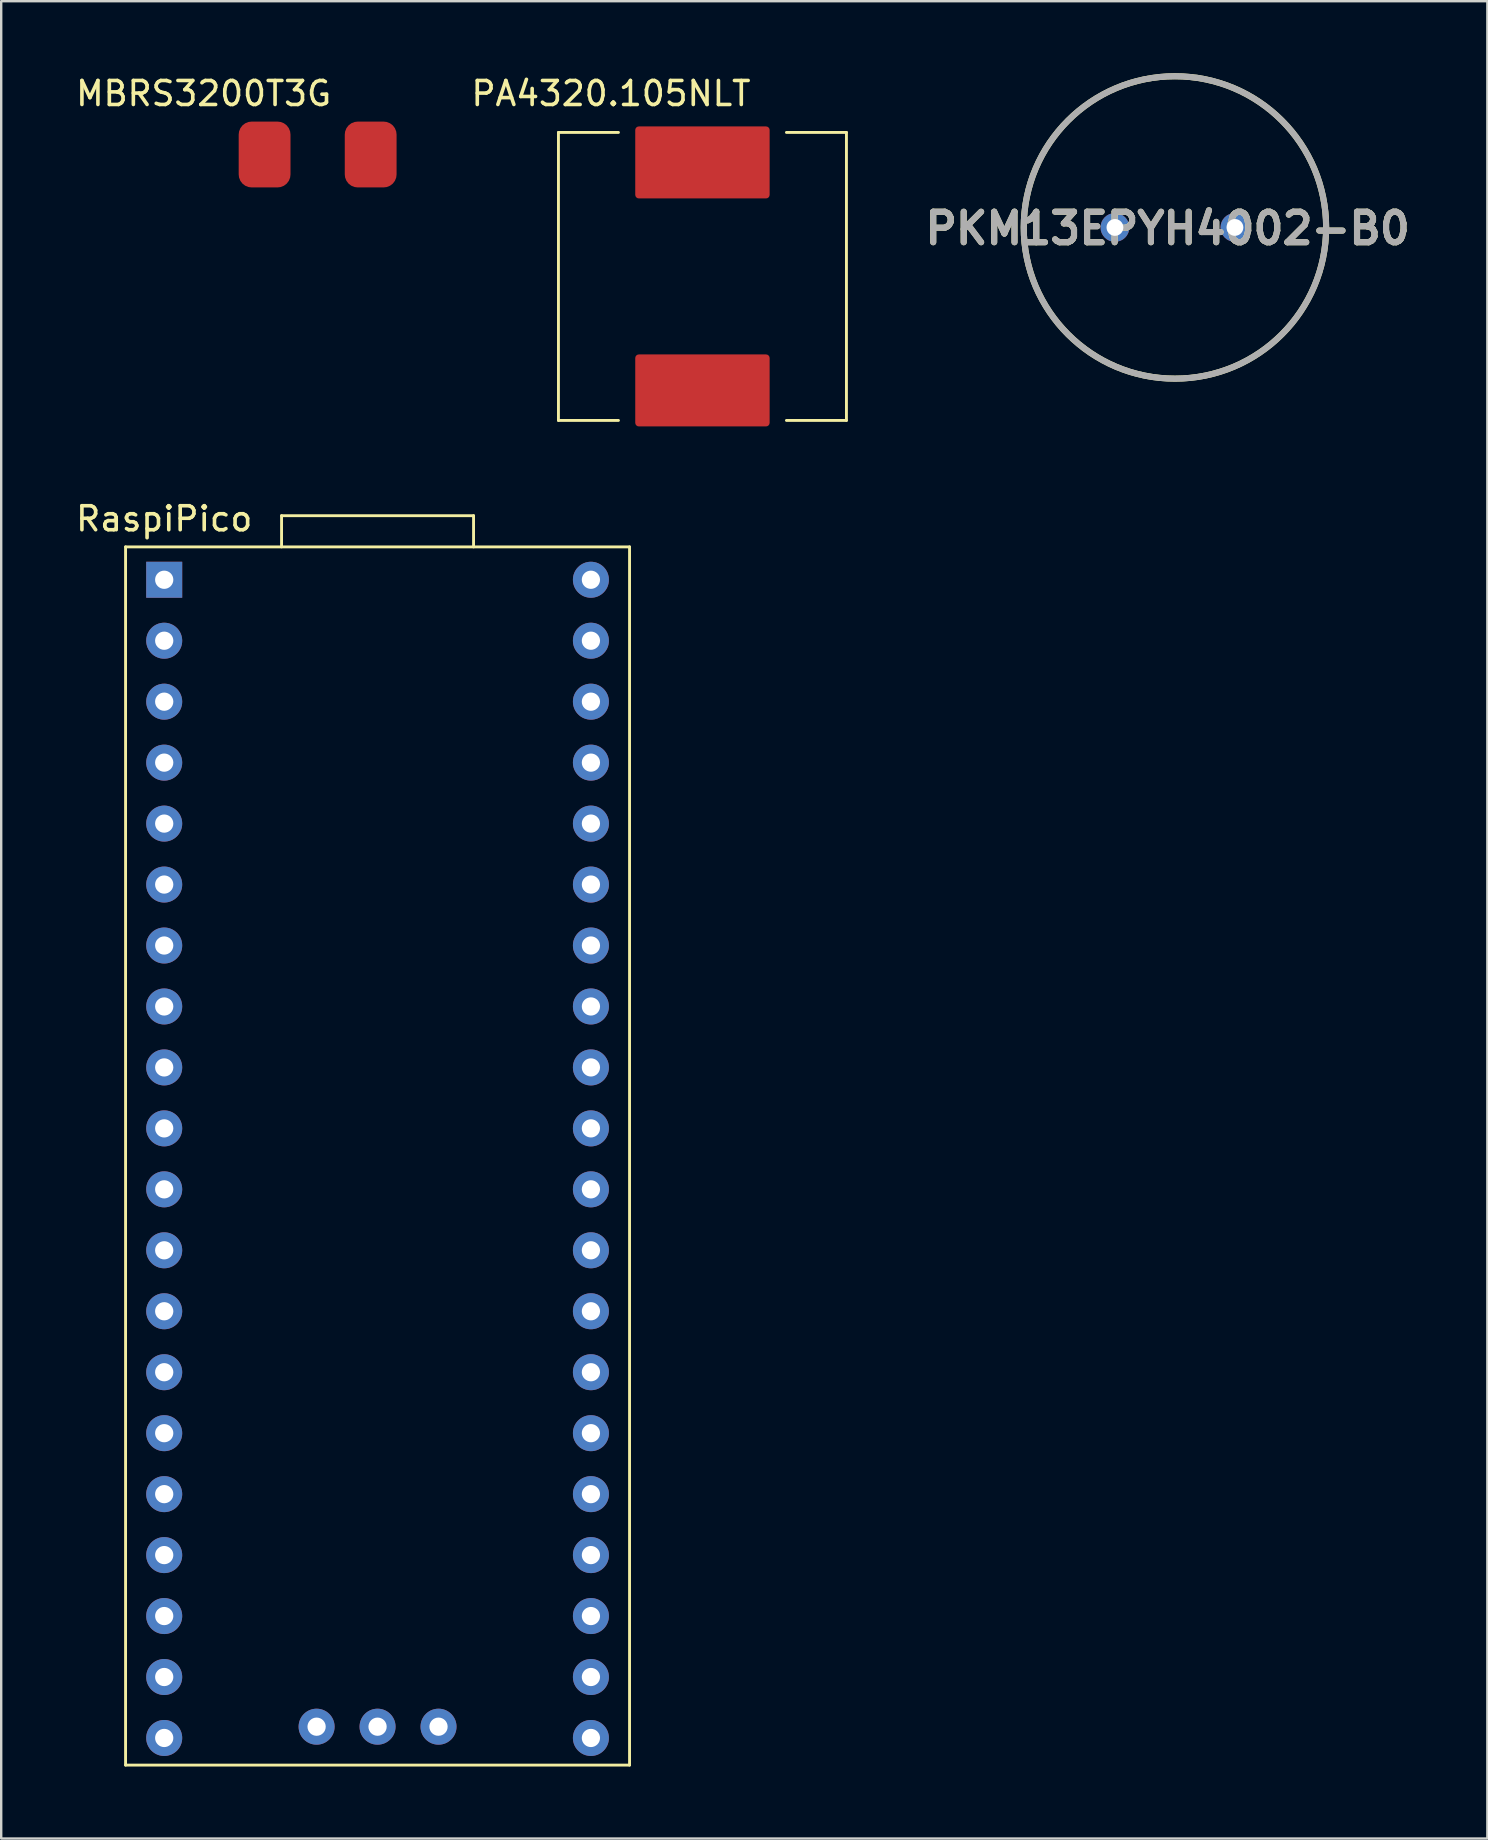
<source format=kicad_pcb>
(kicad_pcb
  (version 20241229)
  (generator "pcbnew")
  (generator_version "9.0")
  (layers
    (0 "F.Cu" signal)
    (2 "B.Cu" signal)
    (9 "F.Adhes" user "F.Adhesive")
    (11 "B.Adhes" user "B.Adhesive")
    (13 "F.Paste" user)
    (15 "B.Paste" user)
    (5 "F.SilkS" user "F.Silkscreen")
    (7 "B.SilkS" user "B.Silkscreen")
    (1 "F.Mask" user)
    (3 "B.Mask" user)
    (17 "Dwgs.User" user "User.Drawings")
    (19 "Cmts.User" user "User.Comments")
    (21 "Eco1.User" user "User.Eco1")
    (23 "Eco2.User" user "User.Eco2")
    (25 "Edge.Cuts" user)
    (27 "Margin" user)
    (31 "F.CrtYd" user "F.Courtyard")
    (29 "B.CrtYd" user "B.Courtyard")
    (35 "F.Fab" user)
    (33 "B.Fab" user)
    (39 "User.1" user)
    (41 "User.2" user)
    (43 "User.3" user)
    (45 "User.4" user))
  (footprint "MBRS3200T3G"
    (layer "F.Cu")
    (at 7.975 3.388)
    (property "Reference" "MBRS3200T3G" (at -2.54 -2.54 0) (layer "F.SilkS") (effects (font (size 1 1) (thickness 0.15))))
    (attr through_hole)
    (fp_line (start 0 -2) (end 5.08 -2) (stroke (width 0.12) (type solid)) (layer "B.Paste"))
    (fp_line (start 0 2) (end 5.08 2) (stroke (width 0.12) (type solid)) (layer "B.Paste"))
    (fp_line (start 1.27 -1.27) (end 1.27 1.27) (stroke (width 0.12) (type solid)) (layer "B.Paste"))
    (pad "1" smd roundrect (at 0 0) (size 2.159 2.743) (layers "F.Cu" "F.Mask" "F.Paste") (roundrect_rratio 0.25))
    (pad "2" smd roundrect (at 4.42 0) (size 2.159 2.743) (layers "F.Cu" "F.Mask" "F.Paste") (roundrect_rratio 0.25)))
  (footprint "PKM13EPYH4002-B0"
    (layer "F.Cu")
    (at 45.907 6.427)
    (property "Reference" "PKM13EPYH4002-B0" (at -0.305 0.041 0) (layer "F.SilkS") (effects (font (size 1.27 1.27) (thickness 0.254))))
    (attr through_hole)
    (fp_circle (center 0 0) (end 0 6.3) (stroke (width 0.254) (type solid)) (fill no) (layer "F.SilkS"))
    (fp_circle (center 0 0) (end 0 6.3) (stroke (width 0.254) (type solid)) (fill no) (layer "F.Fab"))
    (fp_text user "${REFERENCE}" (at -0.305 0.041 0) (layer "F.Fab") (effects (font (size 1.27 1.27) (thickness 0.254))))
    (pad "1" thru_hole circle (at -2.5 0) (size 1.2 1.2) (drill 0.7) (layers "*.Cu" "*.Mask"))
    (pad "2" thru_hole circle (at 2.5 0) (size 1.2 1.2) (drill 0.7) (layers "*.Cu" "*.Mask")))
  (footprint "RaspiPico"
    (layer "F.Cu")
    (at 3.792 21.107)
    (property "Reference" "RaspiPico" (at 0 -2.54 0) (layer "F.SilkS") (effects (font (size 1 1) (thickness 0.15))))
    (attr through_hole)
    (fp_line (start -1.61 -1.37) (end -1.61 49.39) (stroke (width 0.12) (type solid)) (layer "F.SilkS"))
    (fp_line (start -1.61 -1.37) (end 19.39 -1.37) (stroke (width 0.12) (type solid)) (layer "F.SilkS"))
    (fp_line (start 4.89 -2.67) (end 4.89 -1.37) (stroke (width 0.12) (type solid)) (layer "F.SilkS"))
    (fp_line (start 4.89 -2.67) (end 12.89 -2.67) (stroke (width 0.12) (type solid)) (layer "F.SilkS"))
    (fp_line (start 12.89 -2.67) (end 12.89 -1.37) (stroke (width 0.12) (type solid)) (layer "F.SilkS"))
    (fp_line (start 19.39 -1.37) (end 19.39 49.39) (stroke (width 0.12) (type solid)) (layer "F.SilkS"))
    (fp_line (start 19.39 49.39) (end -1.61 49.39) (stroke (width 0.12) (type solid)) (layer "F.SilkS"))
    (pad "1" thru_hole rect (at 0 0) (size 1.5 1.5) (drill 0.76) (layers "*.Cu" "*.Mask"))
    (pad "2" thru_hole circle (at 0 2.54) (size 1.5 1.5) (drill 0.76) (layers "*.Cu" "*.Mask"))
    (pad "3" thru_hole circle (at 0 5.08) (size 1.5 1.5) (drill 0.76) (layers "*.Cu" "*.Mask"))
    (pad "4" thru_hole circle (at 0 7.62) (size 1.5 1.5) (drill 0.76) (layers "*.Cu" "*.Mask"))
    (pad "5" thru_hole circle (at 0 10.16) (size 1.5 1.5) (drill 0.76) (layers "*.Cu" "*.Mask"))
    (pad "6" thru_hole circle (at 0 12.7) (size 1.5 1.5) (drill 0.76) (layers "*.Cu" "*.Mask"))
    (pad "7" thru_hole circle (at 0 15.24) (size 1.5 1.5) (drill 0.76) (layers "*.Cu" "*.Mask"))
    (pad "8" thru_hole circle (at 0 17.78) (size 1.5 1.5) (drill 0.76) (layers "*.Cu" "*.Mask"))
    (pad "9" thru_hole circle (at 0 20.32) (size 1.5 1.5) (drill 0.76) (layers "*.Cu" "*.Mask"))
    (pad "10" thru_hole circle (at 0 22.86) (size 1.5 1.5) (drill 0.76) (layers "*.Cu" "*.Mask"))
    (pad "11" thru_hole circle (at 0 25.4) (size 1.5 1.5) (drill 0.76) (layers "*.Cu" "*.Mask"))
    (pad "12" thru_hole circle (at 0 27.94) (size 1.5 1.5) (drill 0.76) (layers "*.Cu" "*.Mask"))
    (pad "13" thru_hole circle (at 0 30.48) (size 1.5 1.5) (drill 0.76) (layers "*.Cu" "*.Mask"))
    (pad "14" thru_hole circle (at 0 33.02) (size 1.5 1.5) (drill 0.76) (layers "*.Cu" "*.Mask"))
    (pad "15" thru_hole circle (at 0 35.56) (size 1.5 1.5) (drill 0.76) (layers "*.Cu" "*.Mask"))
    (pad "16" thru_hole circle (at 0 38.1) (size 1.5 1.5) (drill 0.76) (layers "*.Cu" "*.Mask"))
    (pad "17" thru_hole circle (at 0 40.64) (size 1.5 1.5) (drill 0.76) (layers "*.Cu" "*.Mask"))
    (pad "18" thru_hole circle (at 0 43.18) (size 1.5 1.5) (drill 0.76) (layers "*.Cu" "*.Mask"))
    (pad "19" thru_hole circle (at 0 45.72) (size 1.5 1.5) (drill 0.76) (layers "*.Cu" "*.Mask"))
    (pad "20" thru_hole circle (at 0 48.26) (size 1.5 1.5) (drill 0.76) (layers "*.Cu" "*.Mask"))
    (pad "21" thru_hole circle (at 17.78 48.26) (size 1.5 1.5) (drill 0.76) (layers "*.Cu" "*.Mask"))
    (pad "22" thru_hole circle (at 17.78 45.72) (size 1.5 1.5) (drill 0.76) (layers "*.Cu" "*.Mask"))
    (pad "23" thru_hole circle (at 17.78 43.18) (size 1.5 1.5) (drill 0.76) (layers "*.Cu" "*.Mask"))
    (pad "24" thru_hole circle (at 17.78 40.64) (size 1.5 1.5) (drill 0.76) (layers "*.Cu" "*.Mask"))
    (pad "25" thru_hole circle (at 17.78 38.1) (size 1.5 1.5) (drill 0.76) (layers "*.Cu" "*.Mask"))
    (pad "26" thru_hole circle (at 17.78 35.56) (size 1.5 1.5) (drill 0.76) (layers "*.Cu" "*.Mask"))
    (pad "27" thru_hole circle (at 17.78 33.02) (size 1.5 1.5) (drill 0.76) (layers "*.Cu" "*.Mask"))
    (pad "28" thru_hole circle (at 17.78 30.48) (size 1.5 1.5) (drill 0.76) (layers "*.Cu" "*.Mask"))
    (pad "29" thru_hole circle (at 17.78 27.94) (size 1.5 1.5) (drill 0.76) (layers "*.Cu" "*.Mask"))
    (pad "30" thru_hole circle (at 17.78 25.4) (size 1.5 1.5) (drill 0.76) (layers "*.Cu" "*.Mask"))
    (pad "31" thru_hole circle (at 17.78 22.86) (size 1.5 1.5) (drill 0.76) (layers "*.Cu" "*.Mask"))
    (pad "32" thru_hole circle (at 17.78 20.32) (size 1.5 1.5) (drill 0.76) (layers "*.Cu" "*.Mask"))
    (pad "33" thru_hole circle (at 17.78 17.78) (size 1.5 1.5) (drill 0.76) (layers "*.Cu" "*.Mask"))
    (pad "34" thru_hole circle (at 17.78 15.24) (size 1.5 1.5) (drill 0.76) (layers "*.Cu" "*.Mask"))
    (pad "35" thru_hole circle (at 17.78 12.7) (size 1.5 1.5) (drill 0.76) (layers "*.Cu" "*.Mask"))
    (pad "36" thru_hole circle (at 17.78 10.16) (size 1.5 1.5) (drill 0.76) (layers "*.Cu" "*.Mask"))
    (pad "37" thru_hole circle (at 17.78 7.62) (size 1.5 1.5) (drill 0.76) (layers "*.Cu" "*.Mask"))
    (pad "38" thru_hole circle (at 17.78 5.08) (size 1.5 1.5) (drill 0.76) (layers "*.Cu" "*.Mask"))
    (pad "39" thru_hole circle (at 17.78 2.54) (size 1.5 1.5) (drill 0.76) (layers "*.Cu" "*.Mask"))
    (pad "40" thru_hole circle (at 17.78 0) (size 1.5 1.5) (drill 0.76) (layers "*.Cu" "*.Mask"))
    (pad "41" thru_hole circle (at 6.35 47.79) (size 1.5 1.5) (drill 0.76) (layers "*.Cu" "*.Mask"))
    (pad "42" thru_hole circle (at 8.89 47.79) (size 1.5 1.5) (drill 0.76) (layers "*.Cu" "*.Mask"))
    (pad "43" thru_hole circle (at 11.43 47.79) (size 1.5 1.5) (drill 0.76) (layers "*.Cu" "*.Mask")))
  (footprint "PA4320.105NLT"
    (layer "F.Cu")
    (at 26.219 8.468)
    (property "Reference" "PA4320.105NLT" (at -3.81 -7.62 0) (layer "F.SilkS") (effects (font (size 1 1) (thickness 0.15))))
    (attr through_hole)
    (fp_line (start -6 -6) (end -6 6) (stroke (width 0.12) (type solid)) (layer "F.SilkS"))
    (fp_line (start -6 -6) (end -3.5 -6) (stroke (width 0.12) (type solid)) (layer "F.SilkS"))
    (fp_line (start -6 6) (end -3.5 6) (stroke (width 0.12) (type solid)) (layer "F.SilkS"))
    (fp_line (start 6 -6) (end 3.5 -6) (stroke (width 0.12) (type solid)) (layer "F.SilkS"))
    (fp_line (start 6 6) (end 3.5 6) (stroke (width 0.12) (type solid)) (layer "F.SilkS"))
    (fp_line (start 6 6) (end 6 -6) (stroke (width 0.12) (type solid)) (layer "F.SilkS"))
    (pad "1" smd roundrect (at 0 -4.75) (size 5.6 3) (layers "F.Cu" "F.Mask" "F.Paste") (roundrect_rratio 0.05))
    (pad "2" smd roundrect (at 0 4.75) (size 5.6 3) (layers "F.Cu" "F.Mask" "F.Paste") (roundrect_rratio 0.05)))
  (gr_rect
    (start -3 -3)
    (end 58.925 73.556)
    (stroke (width 0.1) (type default))
    (fill no)
    (layer "Edge.Cuts")))
</source>
